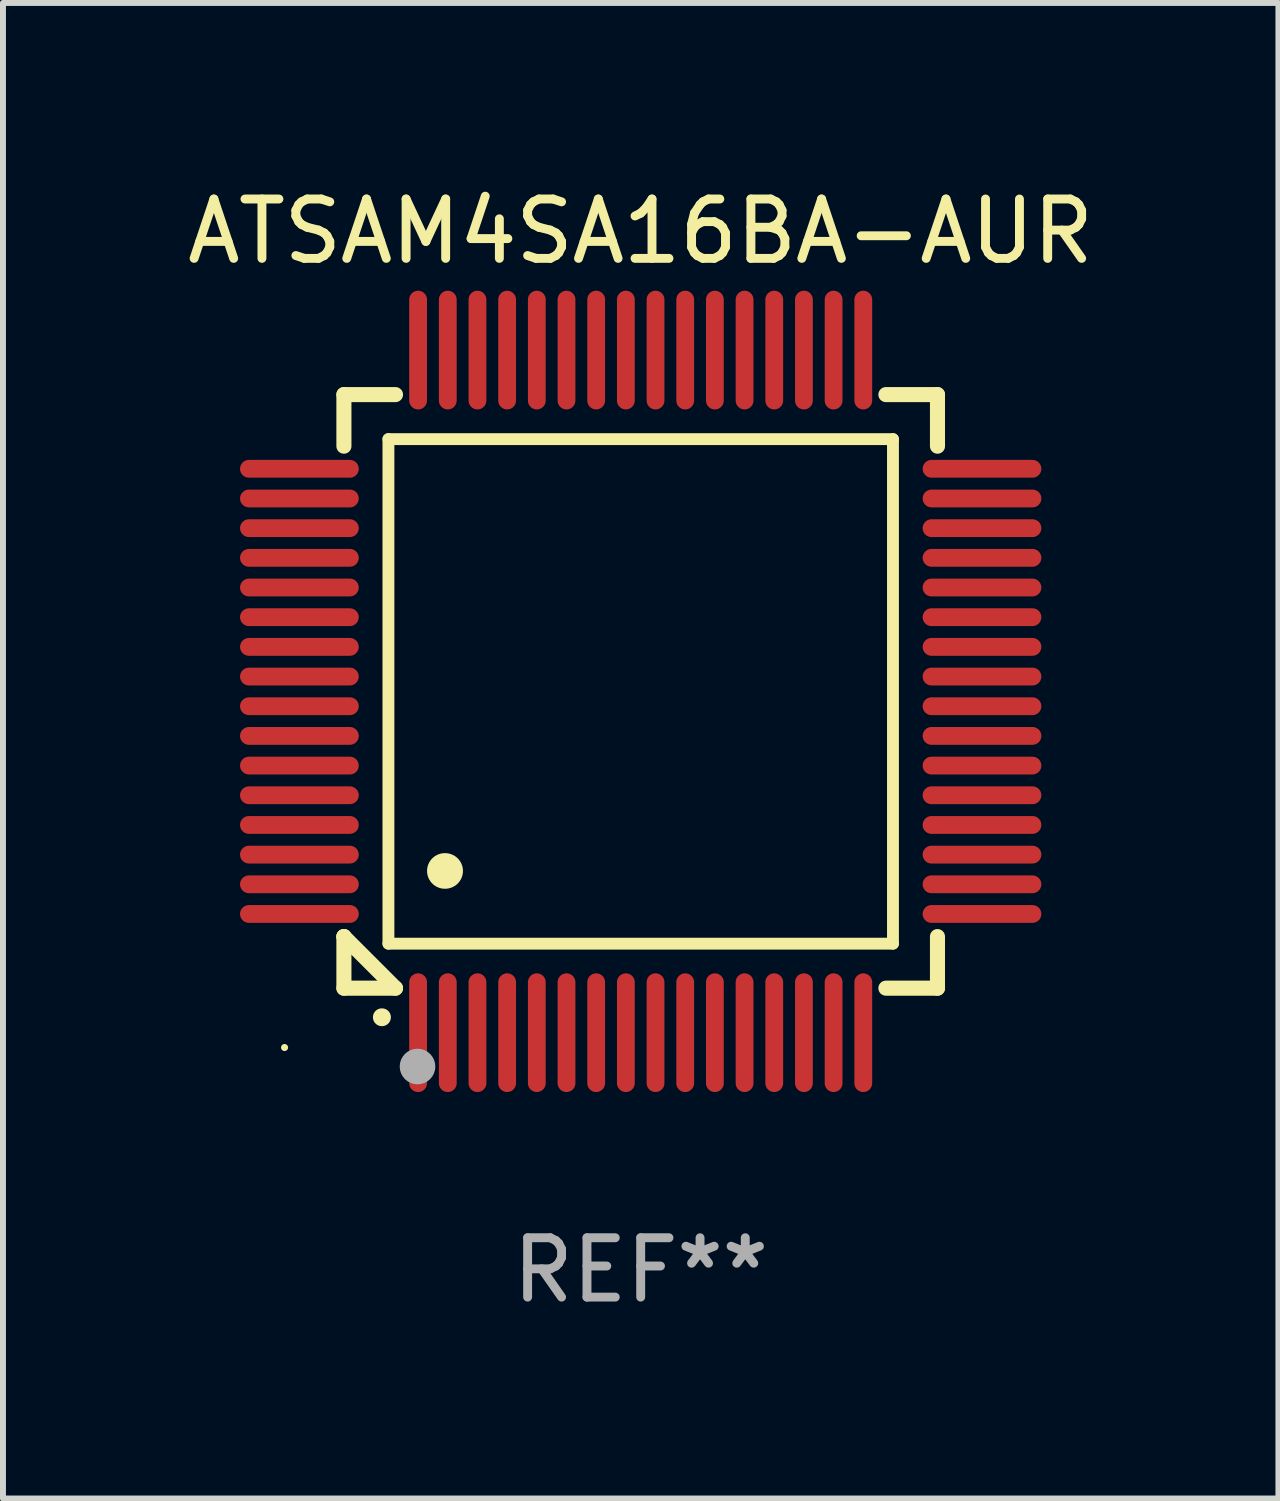
<source format=kicad_pcb>
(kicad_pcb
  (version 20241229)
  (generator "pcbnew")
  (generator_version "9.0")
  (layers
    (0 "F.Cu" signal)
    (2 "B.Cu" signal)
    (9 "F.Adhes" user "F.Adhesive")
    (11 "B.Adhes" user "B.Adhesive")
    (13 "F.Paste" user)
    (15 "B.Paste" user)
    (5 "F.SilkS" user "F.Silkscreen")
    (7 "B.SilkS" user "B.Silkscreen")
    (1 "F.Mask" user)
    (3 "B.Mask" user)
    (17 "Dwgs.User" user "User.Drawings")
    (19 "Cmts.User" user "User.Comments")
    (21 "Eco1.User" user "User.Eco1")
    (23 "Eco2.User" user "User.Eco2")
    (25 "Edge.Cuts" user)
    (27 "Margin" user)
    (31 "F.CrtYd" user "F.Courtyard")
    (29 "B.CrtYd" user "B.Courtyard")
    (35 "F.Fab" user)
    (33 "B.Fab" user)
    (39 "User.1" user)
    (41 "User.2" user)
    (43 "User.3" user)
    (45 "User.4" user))
  (footprint "ATSAM4SA16BA-AUR"
    (layer "F.Cu")
    (at 7.744 8.598)
    (property "Reference" "ATSAM4SA16BA-AUR" (at 0 -7.75 0) (layer "F.SilkS") (effects (font (size 1 1) (thickness 0.15))))
    (attr through_hole)
    (fp_line (start -5 -5) (end -4.131 -5) (stroke (width 0.254) (type solid)) (layer "F.SilkS"))
    (fp_line (start -5 -4.131) (end -5 -5) (stroke (width 0.254) (type solid)) (layer "F.SilkS"))
    (fp_line (start -5 4.131) (end -5 4.131) (stroke (width 0.254) (type solid)) (layer "F.SilkS"))
    (fp_line (start -5 5) (end -5 4.131) (stroke (width 0.254) (type solid)) (layer "F.SilkS"))
    (fp_line (start -5 4.131) (end -4.131 5) (stroke (width 0.254) (type solid)) (layer "F.SilkS"))
    (fp_line (start -4.25 -4.25) (end -4.25 4.25) (stroke (width 0.2) (type solid)) (layer "F.SilkS"))
    (fp_line (start -4.25 4.25) (end 4.25 4.25) (stroke (width 0.2) (type solid)) (layer "F.SilkS"))
    (fp_line (start -4.131 5) (end -5 5) (stroke (width 0.254) (type solid)) (layer "F.SilkS"))
    (fp_line (start 4.25 -4.25) (end -4.25 -4.25) (stroke (width 0.2) (type solid)) (layer "F.SilkS"))
    (fp_line (start 4.25 4.25) (end 4.25 -4.25) (stroke (width 0.2) (type solid)) (layer "F.SilkS"))
    (fp_line (start 5 -5) (end 4.131 -5) (stroke (width 0.254) (type solid)) (layer "F.SilkS"))
    (fp_line (start 5 -5) (end 5 -4.131) (stroke (width 0.254) (type solid)) (layer "F.SilkS"))
    (fp_line (start 5 4.131) (end 5 5) (stroke (width 0.254) (type solid)) (layer "F.SilkS"))
    (fp_line (start 5 5) (end 4.131 5) (stroke (width 0.254) (type solid)) (layer "F.SilkS"))
    (fp_arc (start -4.361265 5.489992) (mid -4.359995 5.489987) (end -4.358725 5.489992) (stroke (width 0.3) (type solid)) (layer "F.SilkS"))
    (fp_arc (start -3.299467 3.025146) (mid -3.296927 3.025135) (end -3.294387 3.025146) (stroke (width 0.6) (type solid)) (layer "F.SilkS"))
    (fp_circle (center -6 6) (end -5.97 6) (stroke (width 0.06) (type solid)) (fill no) (layer "F.SilkS"))
    (fp_circle (center -3.76 6.32) (end -3.61 6.32) (stroke (width 0.3) (type solid)) (fill no) (layer "F.Fab"))
    (fp_text user "REF**" (at 0 9.75 0) (layer "F.Fab") (effects (font (size 1 1) (thickness 0.15))))
    (pad "1" smd oval (at -3.75 5.75) (size 0.3 2) (layers "F.Cu" "F.Mask" "F.Paste"))
    (pad "2" smd oval (at -3.25 5.75) (size 0.3 2) (layers "F.Cu" "F.Mask" "F.Paste"))
    (pad "3" smd oval (at -2.75 5.75) (size 0.3 2) (layers "F.Cu" "F.Mask" "F.Paste"))
    (pad "4" smd oval (at -2.25 5.75) (size 0.3 2) (layers "F.Cu" "F.Mask" "F.Paste"))
    (pad "5" smd oval (at -1.75 5.75) (size 0.3 2) (layers "F.Cu" "F.Mask" "F.Paste"))
    (pad "6" smd oval (at -1.25 5.75) (size 0.3 2) (layers "F.Cu" "F.Mask" "F.Paste"))
    (pad "7" smd oval (at -0.75 5.75) (size 0.3 2) (layers "F.Cu" "F.Mask" "F.Paste"))
    (pad "8" smd oval (at -0.25 5.75) (size 0.3 2) (layers "F.Cu" "F.Mask" "F.Paste"))
    (pad "9" smd oval (at 0.25 5.75) (size 0.3 2) (layers "F.Cu" "F.Mask" "F.Paste"))
    (pad "10" smd oval (at 0.75 5.75) (size 0.3 2) (layers "F.Cu" "F.Mask" "F.Paste"))
    (pad "11" smd oval (at 1.25 5.75) (size 0.3 2) (layers "F.Cu" "F.Mask" "F.Paste"))
    (pad "12" smd oval (at 1.75 5.75) (size 0.3 2) (layers "F.Cu" "F.Mask" "F.Paste"))
    (pad "13" smd oval (at 2.25 5.75) (size 0.3 2) (layers "F.Cu" "F.Mask" "F.Paste"))
    (pad "14" smd oval (at 2.75 5.75) (size 0.3 2) (layers "F.Cu" "F.Mask" "F.Paste"))
    (pad "15" smd oval (at 3.25 5.75) (size 0.3 2) (layers "F.Cu" "F.Mask" "F.Paste"))
    (pad "16" smd oval (at 3.75 5.75) (size 0.3 2) (layers "F.Cu" "F.Mask" "F.Paste"))
    (pad "17" smd oval (at 5.75 3.75) (size 2 0.3) (layers "F.Cu" "F.Mask" "F.Paste"))
    (pad "18" smd oval (at 5.75 3.25) (size 2 0.3) (layers "F.Cu" "F.Mask" "F.Paste"))
    (pad "19" smd oval (at 5.75 2.75) (size 2 0.3) (layers "F.Cu" "F.Mask" "F.Paste"))
    (pad "20" smd oval (at 5.75 2.25) (size 2 0.3) (layers "F.Cu" "F.Mask" "F.Paste"))
    (pad "21" smd oval (at 5.75 1.75) (size 2 0.3) (layers "F.Cu" "F.Mask" "F.Paste"))
    (pad "22" smd oval (at 5.75 1.25) (size 2 0.3) (layers "F.Cu" "F.Mask" "F.Paste"))
    (pad "23" smd oval (at 5.75 0.75) (size 2 0.3) (layers "F.Cu" "F.Mask" "F.Paste"))
    (pad "24" smd oval (at 5.75 0.25) (size 2 0.3) (layers "F.Cu" "F.Mask" "F.Paste"))
    (pad "25" smd oval (at 5.75 -0.25) (size 2 0.3) (layers "F.Cu" "F.Mask" "F.Paste"))
    (pad "26" smd oval (at 5.75 -0.75) (size 2 0.3) (layers "F.Cu" "F.Mask" "F.Paste"))
    (pad "27" smd oval (at 5.75 -1.25) (size 2 0.3) (layers "F.Cu" "F.Mask" "F.Paste"))
    (pad "28" smd oval (at 5.75 -1.75) (size 2 0.3) (layers "F.Cu" "F.Mask" "F.Paste"))
    (pad "29" smd oval (at 5.75 -2.25) (size 2 0.3) (layers "F.Cu" "F.Mask" "F.Paste"))
    (pad "30" smd oval (at 5.75 -2.75) (size 2 0.3) (layers "F.Cu" "F.Mask" "F.Paste"))
    (pad "31" smd oval (at 5.75 -3.25) (size 2 0.3) (layers "F.Cu" "F.Mask" "F.Paste"))
    (pad "32" smd oval (at 5.75 -3.75) (size 2 0.3) (layers "F.Cu" "F.Mask" "F.Paste"))
    (pad "33" smd oval (at 3.75 -5.75) (size 0.3 2) (layers "F.Cu" "F.Mask" "F.Paste"))
    (pad "34" smd oval (at 3.25 -5.75) (size 0.3 2) (layers "F.Cu" "F.Mask" "F.Paste"))
    (pad "35" smd oval (at 2.75 -5.75) (size 0.3 2) (layers "F.Cu" "F.Mask" "F.Paste"))
    (pad "36" smd oval (at 2.25 -5.75) (size 0.3 2) (layers "F.Cu" "F.Mask" "F.Paste"))
    (pad "37" smd oval (at 1.75 -5.75) (size 0.3 2) (layers "F.Cu" "F.Mask" "F.Paste"))
    (pad "38" smd oval (at 1.25 -5.75) (size 0.3 2) (layers "F.Cu" "F.Mask" "F.Paste"))
    (pad "39" smd oval (at 0.75 -5.75) (size 0.3 2) (layers "F.Cu" "F.Mask" "F.Paste"))
    (pad "40" smd oval (at 0.25 -5.75) (size 0.3 2) (layers "F.Cu" "F.Mask" "F.Paste"))
    (pad "41" smd oval (at -0.25 -5.75) (size 0.3 2) (layers "F.Cu" "F.Mask" "F.Paste"))
    (pad "42" smd oval (at -0.75 -5.75) (size 0.3 2) (layers "F.Cu" "F.Mask" "F.Paste"))
    (pad "43" smd oval (at -1.25 -5.75) (size 0.3 2) (layers "F.Cu" "F.Mask" "F.Paste"))
    (pad "44" smd oval (at -1.75 -5.75) (size 0.3 2) (layers "F.Cu" "F.Mask" "F.Paste"))
    (pad "45" smd oval (at -2.25 -5.75) (size 0.3 2) (layers "F.Cu" "F.Mask" "F.Paste"))
    (pad "46" smd oval (at -2.75 -5.75) (size 0.3 2) (layers "F.Cu" "F.Mask" "F.Paste"))
    (pad "47" smd oval (at -3.25 -5.75) (size 0.3 2) (layers "F.Cu" "F.Mask" "F.Paste"))
    (pad "48" smd oval (at -3.75 -5.75) (size 0.3 2) (layers "F.Cu" "F.Mask" "F.Paste"))
    (pad "49" smd oval (at -5.75 -3.75) (size 2 0.3) (layers "F.Cu" "F.Mask" "F.Paste"))
    (pad "50" smd oval (at -5.75 -3.25) (size 2 0.3) (layers "F.Cu" "F.Mask" "F.Paste"))
    (pad "51" smd oval (at -5.75 -2.75) (size 2 0.3) (layers "F.Cu" "F.Mask" "F.Paste"))
    (pad "52" smd oval (at -5.75 -2.25) (size 2 0.3) (layers "F.Cu" "F.Mask" "F.Paste"))
    (pad "53" smd oval (at -5.75 -1.75) (size 2 0.3) (layers "F.Cu" "F.Mask" "F.Paste"))
    (pad "54" smd oval (at -5.75 -1.25) (size 2 0.3) (layers "F.Cu" "F.Mask" "F.Paste"))
    (pad "55" smd oval (at -5.75 -0.75) (size 2 0.3) (layers "F.Cu" "F.Mask" "F.Paste"))
    (pad "56" smd oval (at -5.75 -0.25) (size 2 0.3) (layers "F.Cu" "F.Mask" "F.Paste"))
    (pad "57" smd oval (at -5.75 0.25) (size 2 0.3) (layers "F.Cu" "F.Mask" "F.Paste"))
    (pad "58" smd oval (at -5.75 0.75) (size 2 0.3) (layers "F.Cu" "F.Mask" "F.Paste"))
    (pad "59" smd oval (at -5.75 1.25) (size 2 0.3) (layers "F.Cu" "F.Mask" "F.Paste"))
    (pad "60" smd oval (at -5.75 1.75) (size 2 0.3) (layers "F.Cu" "F.Mask" "F.Paste"))
    (pad "61" smd oval (at -5.75 2.25) (size 2 0.3) (layers "F.Cu" "F.Mask" "F.Paste"))
    (pad "62" smd oval (at -5.75 2.75) (size 2 0.3) (layers "F.Cu" "F.Mask" "F.Paste"))
    (pad "63" smd oval (at -5.75 3.25) (size 2 0.3) (layers "F.Cu" "F.Mask" "F.Paste"))
    (pad "64" smd oval (at -5.75 3.75) (size 2 0.3) (layers "F.Cu" "F.Mask" "F.Paste")))
  (gr_rect
    (start -3 -3)
    (end 18.488 22.196)
    (stroke (width 0.1) (type default))
    (fill no)
    (layer "Edge.Cuts")))
</source>
